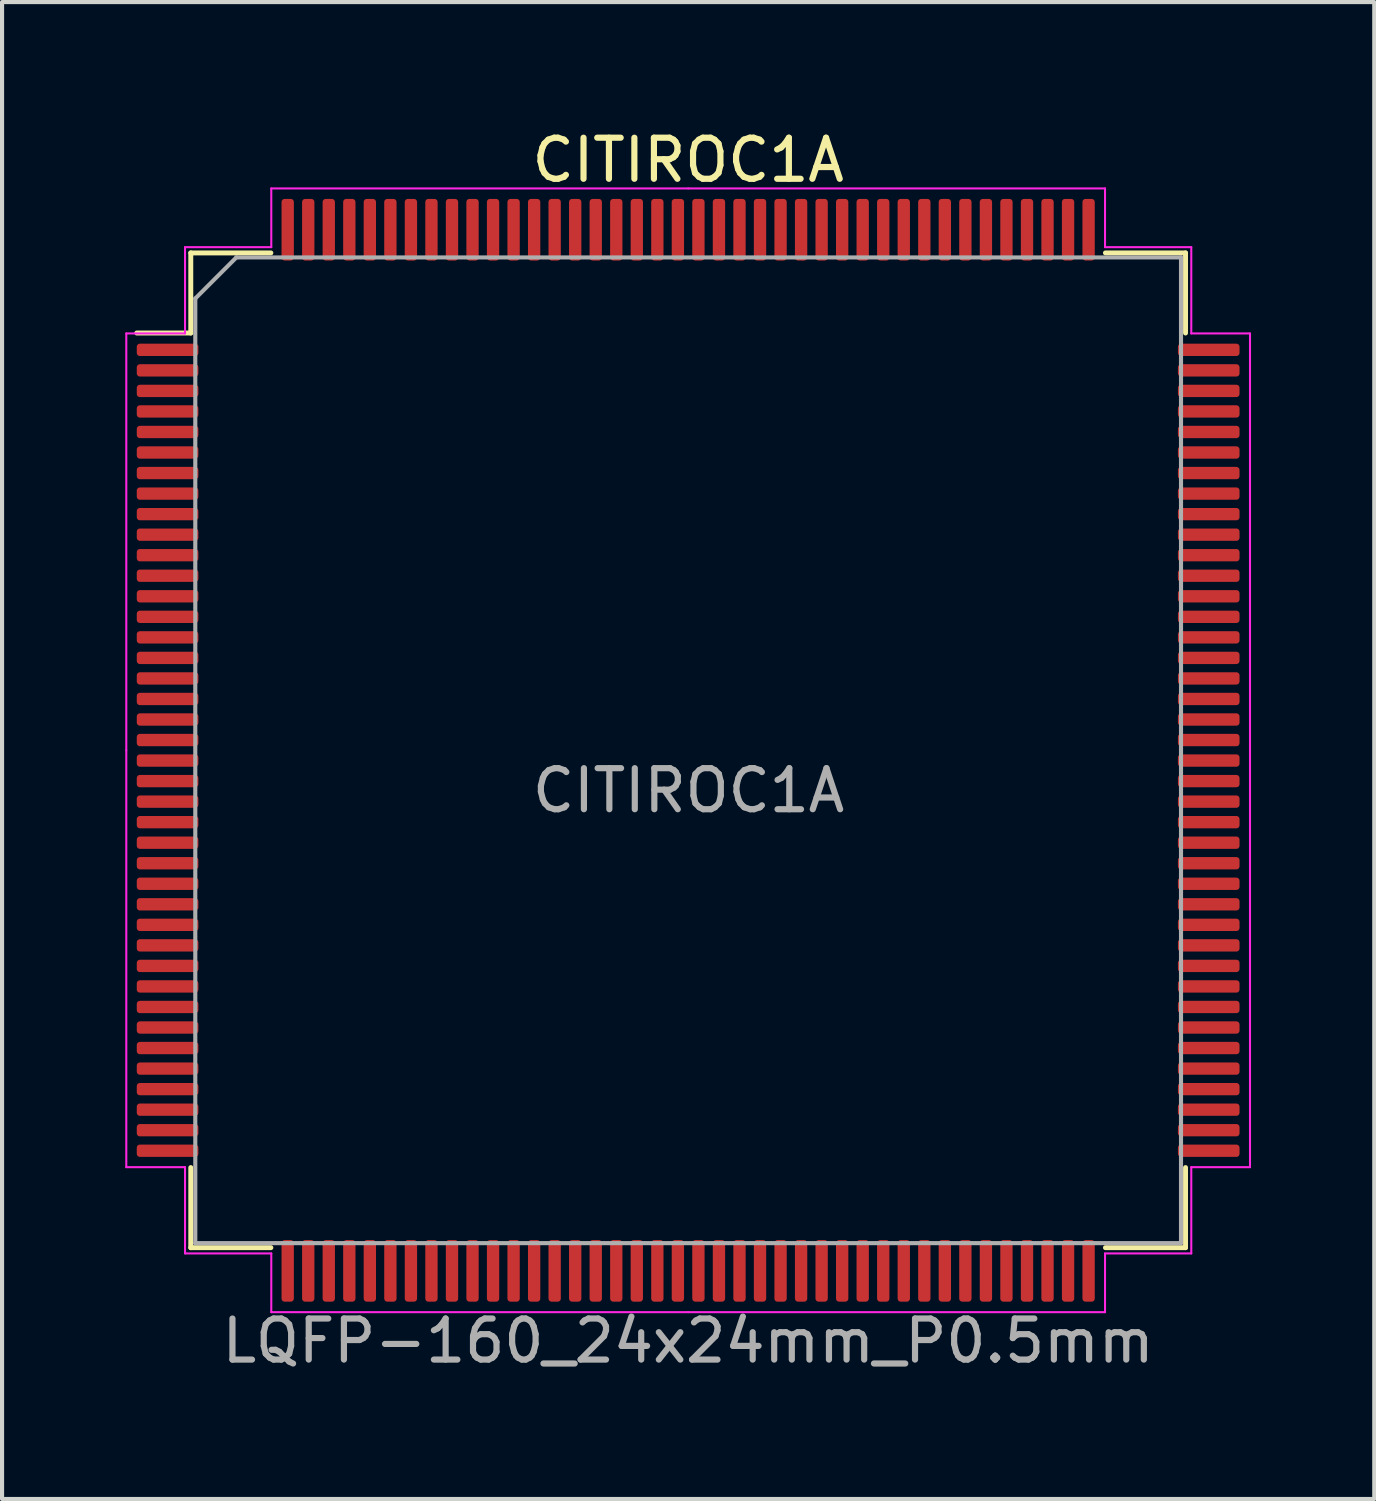
<source format=kicad_pcb>
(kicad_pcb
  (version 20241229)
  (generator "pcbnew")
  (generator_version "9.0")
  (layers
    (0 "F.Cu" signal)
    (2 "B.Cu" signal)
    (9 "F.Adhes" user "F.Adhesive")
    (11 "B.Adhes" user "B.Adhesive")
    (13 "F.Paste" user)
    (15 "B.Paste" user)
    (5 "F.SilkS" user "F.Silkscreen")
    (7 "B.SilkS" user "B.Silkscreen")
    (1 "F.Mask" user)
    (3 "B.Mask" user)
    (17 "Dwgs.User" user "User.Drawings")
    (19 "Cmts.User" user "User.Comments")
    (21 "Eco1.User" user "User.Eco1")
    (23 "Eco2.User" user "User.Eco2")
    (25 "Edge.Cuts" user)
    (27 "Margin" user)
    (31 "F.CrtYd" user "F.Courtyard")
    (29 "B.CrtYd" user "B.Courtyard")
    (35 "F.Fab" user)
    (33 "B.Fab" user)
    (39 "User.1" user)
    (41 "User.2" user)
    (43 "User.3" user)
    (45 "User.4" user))
  (footprint "CITIROC1A"
    (layer "F.Cu")
    (at 13.705 15.218)
    (property "Reference" "CITIROC1A" (at 0 -14.37 0) (layer "F.SilkS") (effects (font (size 1 1) (thickness 0.15))))
    (attr through_hole)
    (fp_line (start -12.11 -12.11) (end -12.11 -10.16) (stroke (width 0.12) (type solid)) (layer "F.SilkS"))
    (fp_line (start -12.11 -10.16) (end -13.425 -10.16) (stroke (width 0.12) (type solid)) (layer "F.SilkS"))
    (fp_line (start -12.11 12.11) (end -12.11 10.16) (stroke (width 0.12) (type solid)) (layer "F.SilkS"))
    (fp_line (start -10.16 -12.11) (end -12.11 -12.11) (stroke (width 0.12) (type solid)) (layer "F.SilkS"))
    (fp_line (start -10.16 12.11) (end -12.11 12.11) (stroke (width 0.12) (type solid)) (layer "F.SilkS"))
    (fp_line (start 10.16 -12.11) (end 12.11 -12.11) (stroke (width 0.12) (type solid)) (layer "F.SilkS"))
    (fp_line (start 10.16 12.11) (end 12.11 12.11) (stroke (width 0.12) (type solid)) (layer "F.SilkS"))
    (fp_line (start 12.11 -12.11) (end 12.11 -10.16) (stroke (width 0.12) (type solid)) (layer "F.SilkS"))
    (fp_line (start 12.11 12.11) (end 12.11 10.16) (stroke (width 0.12) (type solid)) (layer "F.SilkS"))
    (fp_line (start -13.68 -10.15) (end -13.68 0) (stroke (width 0.05) (type solid)) (layer "F.CrtYd"))
    (fp_line (start -13.68 10.15) (end -13.68 0) (stroke (width 0.05) (type solid)) (layer "F.CrtYd"))
    (fp_line (start -12.25 -12.25) (end -12.25 -10.15) (stroke (width 0.05) (type solid)) (layer "F.CrtYd"))
    (fp_line (start -12.25 -10.15) (end -13.68 -10.15) (stroke (width 0.05) (type solid)) (layer "F.CrtYd"))
    (fp_line (start -12.25 10.15) (end -13.68 10.15) (stroke (width 0.05) (type solid)) (layer "F.CrtYd"))
    (fp_line (start -12.25 12.25) (end -12.25 10.15) (stroke (width 0.05) (type solid)) (layer "F.CrtYd"))
    (fp_line (start -10.15 -13.68) (end -10.15 -12.25) (stroke (width 0.05) (type solid)) (layer "F.CrtYd"))
    (fp_line (start -10.15 -12.25) (end -12.25 -12.25) (stroke (width 0.05) (type solid)) (layer "F.CrtYd"))
    (fp_line (start -10.15 12.25) (end -12.25 12.25) (stroke (width 0.05) (type solid)) (layer "F.CrtYd"))
    (fp_line (start -10.15 13.68) (end -10.15 12.25) (stroke (width 0.05) (type solid)) (layer "F.CrtYd"))
    (fp_line (start 0 -13.68) (end -10.15 -13.68) (stroke (width 0.05) (type solid)) (layer "F.CrtYd"))
    (fp_line (start 0 -13.68) (end 10.15 -13.68) (stroke (width 0.05) (type solid)) (layer "F.CrtYd"))
    (fp_line (start 0 13.68) (end -10.15 13.68) (stroke (width 0.05) (type solid)) (layer "F.CrtYd"))
    (fp_line (start 0 13.68) (end 10.15 13.68) (stroke (width 0.05) (type solid)) (layer "F.CrtYd"))
    (fp_line (start 10.15 -13.68) (end 10.15 -12.25) (stroke (width 0.05) (type solid)) (layer "F.CrtYd"))
    (fp_line (start 10.15 -12.25) (end 12.25 -12.25) (stroke (width 0.05) (type solid)) (layer "F.CrtYd"))
    (fp_line (start 10.15 12.25) (end 12.25 12.25) (stroke (width 0.05) (type solid)) (layer "F.CrtYd"))
    (fp_line (start 10.15 13.68) (end 10.15 12.25) (stroke (width 0.05) (type solid)) (layer "F.CrtYd"))
    (fp_line (start 12.25 -12.25) (end 12.25 -10.15) (stroke (width 0.05) (type solid)) (layer "F.CrtYd"))
    (fp_line (start 12.25 -10.15) (end 13.68 -10.15) (stroke (width 0.05) (type solid)) (layer "F.CrtYd"))
    (fp_line (start 12.25 10.15) (end 13.68 10.15) (stroke (width 0.05) (type solid)) (layer "F.CrtYd"))
    (fp_line (start 12.25 12.25) (end 12.25 10.15) (stroke (width 0.05) (type solid)) (layer "F.CrtYd"))
    (fp_line (start 13.68 -10.15) (end 13.68 0) (stroke (width 0.05) (type solid)) (layer "F.CrtYd"))
    (fp_line (start 13.68 10.15) (end 13.68 0) (stroke (width 0.05) (type solid)) (layer "F.CrtYd"))
    (fp_line (start -12 -11) (end -11 -12) (stroke (width 0.1) (type solid)) (layer "F.Fab"))
    (fp_line (start -12 12) (end -12 -11) (stroke (width 0.1) (type solid)) (layer "F.Fab"))
    (fp_line (start -11 -12) (end 12 -12) (stroke (width 0.1) (type solid)) (layer "F.Fab"))
    (fp_line (start 12 -12) (end 12 12) (stroke (width 0.1) (type solid)) (layer "F.Fab"))
    (fp_line (start 12 12) (end -12 12) (stroke (width 0.1) (type solid)) (layer "F.Fab"))
    (fp_text user "${REFERENCE}" (at 0.01 0.98 0) (layer "F.Fab") (effects (font (size 1 1) (thickness 0.15))))
    (fp_text user "LQFP-160_24x24mm_P0.5mm" (at 0 14.38 0) (layer "F.Fab") (effects (font (size 1 1) (thickness 0.15))))
    (pad "1" smd roundrect (at -12.675 -9.75) (size 1.5 0.3) (layers "F.Cu" "F.Mask" "F.Paste") (roundrect_rratio 0.25))
    (pad "2" smd roundrect (at -12.675 -9.25) (size 1.5 0.3) (layers "F.Cu" "F.Mask" "F.Paste") (roundrect_rratio 0.25))
    (pad "3" smd roundrect (at -12.675 -8.75) (size 1.5 0.3) (layers "F.Cu" "F.Mask" "F.Paste") (roundrect_rratio 0.25))
    (pad "4" smd roundrect (at -12.675 -8.25) (size 1.5 0.3) (layers "F.Cu" "F.Mask" "F.Paste") (roundrect_rratio 0.25))
    (pad "5" smd roundrect (at -12.675 -7.75) (size 1.5 0.3) (layers "F.Cu" "F.Mask" "F.Paste") (roundrect_rratio 0.25))
    (pad "6" smd roundrect (at -12.675 -7.25) (size 1.5 0.3) (layers "F.Cu" "F.Mask" "F.Paste") (roundrect_rratio 0.25))
    (pad "7" smd roundrect (at -12.675 -6.75) (size 1.5 0.3) (layers "F.Cu" "F.Mask" "F.Paste") (roundrect_rratio 0.25))
    (pad "8" smd roundrect (at -12.675 -6.25) (size 1.5 0.3) (layers "F.Cu" "F.Mask" "F.Paste") (roundrect_rratio 0.25))
    (pad "9" smd roundrect (at -12.675 -5.75) (size 1.5 0.3) (layers "F.Cu" "F.Mask" "F.Paste") (roundrect_rratio 0.25))
    (pad "10" smd roundrect (at -12.675 -5.25) (size 1.5 0.3) (layers "F.Cu" "F.Mask" "F.Paste") (roundrect_rratio 0.25))
    (pad "11" smd roundrect (at -12.675 -4.75) (size 1.5 0.3) (layers "F.Cu" "F.Mask" "F.Paste") (roundrect_rratio 0.25))
    (pad "12" smd roundrect (at -12.675 -4.25) (size 1.5 0.3) (layers "F.Cu" "F.Mask" "F.Paste") (roundrect_rratio 0.25))
    (pad "13" smd roundrect (at -12.675 -3.75) (size 1.5 0.3) (layers "F.Cu" "F.Mask" "F.Paste") (roundrect_rratio 0.25))
    (pad "14" smd roundrect (at -12.675 -3.25) (size 1.5 0.3) (layers "F.Cu" "F.Mask" "F.Paste") (roundrect_rratio 0.25))
    (pad "15" smd roundrect (at -12.675 -2.75) (size 1.5 0.3) (layers "F.Cu" "F.Mask" "F.Paste") (roundrect_rratio 0.25))
    (pad "16" smd roundrect (at -12.675 -2.25) (size 1.5 0.3) (layers "F.Cu" "F.Mask" "F.Paste") (roundrect_rratio 0.25))
    (pad "17" smd roundrect (at -12.675 -1.75) (size 1.5 0.3) (layers "F.Cu" "F.Mask" "F.Paste") (roundrect_rratio 0.25))
    (pad "18" smd roundrect (at -12.675 -1.25) (size 1.5 0.3) (layers "F.Cu" "F.Mask" "F.Paste") (roundrect_rratio 0.25))
    (pad "19" smd roundrect (at -12.675 -0.75) (size 1.5 0.3) (layers "F.Cu" "F.Mask" "F.Paste") (roundrect_rratio 0.25))
    (pad "20" smd roundrect (at -12.675 -0.25) (size 1.5 0.3) (layers "F.Cu" "F.Mask" "F.Paste") (roundrect_rratio 0.25))
    (pad "21" smd roundrect (at -12.675 0.25) (size 1.5 0.3) (layers "F.Cu" "F.Mask" "F.Paste") (roundrect_rratio 0.25))
    (pad "22" smd roundrect (at -12.675 0.75) (size 1.5 0.3) (layers "F.Cu" "F.Mask" "F.Paste") (roundrect_rratio 0.25))
    (pad "23" smd roundrect (at -12.675 1.25) (size 1.5 0.3) (layers "F.Cu" "F.Mask" "F.Paste") (roundrect_rratio 0.25))
    (pad "24" smd roundrect (at -12.675 1.75) (size 1.5 0.3) (layers "F.Cu" "F.Mask" "F.Paste") (roundrect_rratio 0.25))
    (pad "25" smd roundrect (at -12.675 2.25) (size 1.5 0.3) (layers "F.Cu" "F.Mask" "F.Paste") (roundrect_rratio 0.25))
    (pad "26" smd roundrect (at -12.675 2.75) (size 1.5 0.3) (layers "F.Cu" "F.Mask" "F.Paste") (roundrect_rratio 0.25))
    (pad "27" smd roundrect (at -12.675 3.25) (size 1.5 0.3) (layers "F.Cu" "F.Mask" "F.Paste") (roundrect_rratio 0.25))
    (pad "28" smd roundrect (at -12.675 3.75) (size 1.5 0.3) (layers "F.Cu" "F.Mask" "F.Paste") (roundrect_rratio 0.25))
    (pad "29" smd roundrect (at -12.675 4.25) (size 1.5 0.3) (layers "F.Cu" "F.Mask" "F.Paste") (roundrect_rratio 0.25))
    (pad "30" smd roundrect (at -12.675 4.75) (size 1.5 0.3) (layers "F.Cu" "F.Mask" "F.Paste") (roundrect_rratio 0.25))
    (pad "31" smd roundrect (at -12.675 5.25) (size 1.5 0.3) (layers "F.Cu" "F.Mask" "F.Paste") (roundrect_rratio 0.25))
    (pad "32" smd roundrect (at -12.675 5.75) (size 1.5 0.3) (layers "F.Cu" "F.Mask" "F.Paste") (roundrect_rratio 0.25))
    (pad "33" smd roundrect (at -12.675 6.25) (size 1.5 0.3) (layers "F.Cu" "F.Mask" "F.Paste") (roundrect_rratio 0.25))
    (pad "34" smd roundrect (at -12.675 6.75) (size 1.5 0.3) (layers "F.Cu" "F.Mask" "F.Paste") (roundrect_rratio 0.25))
    (pad "35" smd roundrect (at -12.675 7.25) (size 1.5 0.3) (layers "F.Cu" "F.Mask" "F.Paste") (roundrect_rratio 0.25))
    (pad "36" smd roundrect (at -12.675 7.75) (size 1.5 0.3) (layers "F.Cu" "F.Mask" "F.Paste") (roundrect_rratio 0.25))
    (pad "37" smd roundrect (at -12.675 8.25) (size 1.5 0.3) (layers "F.Cu" "F.Mask" "F.Paste") (roundrect_rratio 0.25))
    (pad "38" smd roundrect (at -12.675 8.75) (size 1.5 0.3) (layers "F.Cu" "F.Mask" "F.Paste") (roundrect_rratio 0.25))
    (pad "39" smd roundrect (at -12.675 9.25) (size 1.5 0.3) (layers "F.Cu" "F.Mask" "F.Paste") (roundrect_rratio 0.25))
    (pad "40" smd roundrect (at -12.675 9.75) (size 1.5 0.3) (layers "F.Cu" "F.Mask" "F.Paste") (roundrect_rratio 0.25))
    (pad "41" smd roundrect (at -9.75 12.675) (size 0.3 1.5) (layers "F.Cu" "F.Mask" "F.Paste") (roundrect_rratio 0.25))
    (pad "42" smd roundrect (at -9.25 12.675) (size 0.3 1.5) (layers "F.Cu" "F.Mask" "F.Paste") (roundrect_rratio 0.25))
    (pad "43" smd roundrect (at -8.75 12.675) (size 0.3 1.5) (layers "F.Cu" "F.Mask" "F.Paste") (roundrect_rratio 0.25))
    (pad "44" smd roundrect (at -8.25 12.675) (size 0.3 1.5) (layers "F.Cu" "F.Mask" "F.Paste") (roundrect_rratio 0.25))
    (pad "45" smd roundrect (at -7.75 12.675) (size 0.3 1.5) (layers "F.Cu" "F.Mask" "F.Paste") (roundrect_rratio 0.25))
    (pad "46" smd roundrect (at -7.25 12.675) (size 0.3 1.5) (layers "F.Cu" "F.Mask" "F.Paste") (roundrect_rratio 0.25))
    (pad "47" smd roundrect (at -6.75 12.675) (size 0.3 1.5) (layers "F.Cu" "F.Mask" "F.Paste") (roundrect_rratio 0.25))
    (pad "48" smd roundrect (at -6.25 12.675) (size 0.3 1.5) (layers "F.Cu" "F.Mask" "F.Paste") (roundrect_rratio 0.25))
    (pad "49" smd roundrect (at -5.75 12.675) (size 0.3 1.5) (layers "F.Cu" "F.Mask" "F.Paste") (roundrect_rratio 0.25))
    (pad "50" smd roundrect (at -5.25 12.675) (size 0.3 1.5) (layers "F.Cu" "F.Mask" "F.Paste") (roundrect_rratio 0.25))
    (pad "51" smd roundrect (at -4.75 12.675) (size 0.3 1.5) (layers "F.Cu" "F.Mask" "F.Paste") (roundrect_rratio 0.25))
    (pad "52" smd roundrect (at -4.25 12.675) (size 0.3 1.5) (layers "F.Cu" "F.Mask" "F.Paste") (roundrect_rratio 0.25))
    (pad "53" smd roundrect (at -3.75 12.675) (size 0.3 1.5) (layers "F.Cu" "F.Mask" "F.Paste") (roundrect_rratio 0.25))
    (pad "54" smd roundrect (at -3.25 12.675) (size 0.3 1.5) (layers "F.Cu" "F.Mask" "F.Paste") (roundrect_rratio 0.25))
    (pad "55" smd roundrect (at -2.75 12.675) (size 0.3 1.5) (layers "F.Cu" "F.Mask" "F.Paste") (roundrect_rratio 0.25))
    (pad "56" smd roundrect (at -2.25 12.675) (size 0.3 1.5) (layers "F.Cu" "F.Mask" "F.Paste") (roundrect_rratio 0.25))
    (pad "57" smd roundrect (at -1.75 12.675) (size 0.3 1.5) (layers "F.Cu" "F.Mask" "F.Paste") (roundrect_rratio 0.25))
    (pad "58" smd roundrect (at -1.25 12.675) (size 0.3 1.5) (layers "F.Cu" "F.Mask" "F.Paste") (roundrect_rratio 0.25))
    (pad "59" smd roundrect (at -0.75 12.675) (size 0.3 1.5) (layers "F.Cu" "F.Mask" "F.Paste") (roundrect_rratio 0.25))
    (pad "60" smd roundrect (at -0.25 12.675) (size 0.3 1.5) (layers "F.Cu" "F.Mask" "F.Paste") (roundrect_rratio 0.25))
    (pad "61" smd roundrect (at 0.25 12.675) (size 0.3 1.5) (layers "F.Cu" "F.Mask" "F.Paste") (roundrect_rratio 0.25))
    (pad "62" smd roundrect (at 0.75 12.675) (size 0.3 1.5) (layers "F.Cu" "F.Mask" "F.Paste") (roundrect_rratio 0.25))
    (pad "63" smd roundrect (at 1.25 12.675) (size 0.3 1.5) (layers "F.Cu" "F.Mask" "F.Paste") (roundrect_rratio 0.25))
    (pad "64" smd roundrect (at 1.75 12.675) (size 0.3 1.5) (layers "F.Cu" "F.Mask" "F.Paste") (roundrect_rratio 0.25))
    (pad "65" smd roundrect (at 2.25 12.675) (size 0.3 1.5) (layers "F.Cu" "F.Mask" "F.Paste") (roundrect_rratio 0.25))
    (pad "66" smd roundrect (at 2.75 12.675) (size 0.3 1.5) (layers "F.Cu" "F.Mask" "F.Paste") (roundrect_rratio 0.25))
    (pad "67" smd roundrect (at 3.25 12.675) (size 0.3 1.5) (layers "F.Cu" "F.Mask" "F.Paste") (roundrect_rratio 0.25))
    (pad "68" smd roundrect (at 3.75 12.675) (size 0.3 1.5) (layers "F.Cu" "F.Mask" "F.Paste") (roundrect_rratio 0.25))
    (pad "69" smd roundrect (at 4.25 12.675) (size 0.3 1.5) (layers "F.Cu" "F.Mask" "F.Paste") (roundrect_rratio 0.25))
    (pad "70" smd roundrect (at 4.75 12.675) (size 0.3 1.5) (layers "F.Cu" "F.Mask" "F.Paste") (roundrect_rratio 0.25))
    (pad "71" smd roundrect (at 5.25 12.675) (size 0.3 1.5) (layers "F.Cu" "F.Mask" "F.Paste") (roundrect_rratio 0.25))
    (pad "72" smd roundrect (at 5.75 12.675) (size 0.3 1.5) (layers "F.Cu" "F.Mask" "F.Paste") (roundrect_rratio 0.25))
    (pad "73" smd roundrect (at 6.25 12.675) (size 0.3 1.5) (layers "F.Cu" "F.Mask" "F.Paste") (roundrect_rratio 0.25))
    (pad "74" smd roundrect (at 6.75 12.675) (size 0.3 1.5) (layers "F.Cu" "F.Mask" "F.Paste") (roundrect_rratio 0.25))
    (pad "75" smd roundrect (at 7.25 12.675) (size 0.3 1.5) (layers "F.Cu" "F.Mask" "F.Paste") (roundrect_rratio 0.25))
    (pad "76" smd roundrect (at 7.75 12.675) (size 0.3 1.5) (layers "F.Cu" "F.Mask" "F.Paste") (roundrect_rratio 0.25))
    (pad "77" smd roundrect (at 8.25 12.675) (size 0.3 1.5) (layers "F.Cu" "F.Mask" "F.Paste") (roundrect_rratio 0.25))
    (pad "78" smd roundrect (at 8.75 12.675) (size 0.3 1.5) (layers "F.Cu" "F.Mask" "F.Paste") (roundrect_rratio 0.25))
    (pad "79" smd roundrect (at 9.25 12.675) (size 0.3 1.5) (layers "F.Cu" "F.Mask" "F.Paste") (roundrect_rratio 0.25))
    (pad "80" smd roundrect (at 9.75 12.675) (size 0.3 1.5) (layers "F.Cu" "F.Mask" "F.Paste") (roundrect_rratio 0.25))
    (pad "81" smd roundrect (at 12.675 9.75) (size 1.5 0.3) (layers "F.Cu" "F.Mask" "F.Paste") (roundrect_rratio 0.25))
    (pad "82" smd roundrect (at 12.675 9.25) (size 1.5 0.3) (layers "F.Cu" "F.Mask" "F.Paste") (roundrect_rratio 0.25))
    (pad "83" smd roundrect (at 12.675 8.75) (size 1.5 0.3) (layers "F.Cu" "F.Mask" "F.Paste") (roundrect_rratio 0.25))
    (pad "84" smd roundrect (at 12.675 8.25) (size 1.5 0.3) (layers "F.Cu" "F.Mask" "F.Paste") (roundrect_rratio 0.25))
    (pad "85" smd roundrect (at 12.675 7.75) (size 1.5 0.3) (layers "F.Cu" "F.Mask" "F.Paste") (roundrect_rratio 0.25))
    (pad "86" smd roundrect (at 12.675 7.25) (size 1.5 0.3) (layers "F.Cu" "F.Mask" "F.Paste") (roundrect_rratio 0.25))
    (pad "87" smd roundrect (at 12.675 6.75) (size 1.5 0.3) (layers "F.Cu" "F.Mask" "F.Paste") (roundrect_rratio 0.25))
    (pad "88" smd roundrect (at 12.675 6.25) (size 1.5 0.3) (layers "F.Cu" "F.Mask" "F.Paste") (roundrect_rratio 0.25))
    (pad "89" smd roundrect (at 12.675 5.75) (size 1.5 0.3) (layers "F.Cu" "F.Mask" "F.Paste") (roundrect_rratio 0.25))
    (pad "90" smd roundrect (at 12.675 5.25) (size 1.5 0.3) (layers "F.Cu" "F.Mask" "F.Paste") (roundrect_rratio 0.25))
    (pad "91" smd roundrect (at 12.675 4.75) (size 1.5 0.3) (layers "F.Cu" "F.Mask" "F.Paste") (roundrect_rratio 0.25))
    (pad "92" smd roundrect (at 12.675 4.25) (size 1.5 0.3) (layers "F.Cu" "F.Mask" "F.Paste") (roundrect_rratio 0.25))
    (pad "93" smd roundrect (at 12.675 3.75) (size 1.5 0.3) (layers "F.Cu" "F.Mask" "F.Paste") (roundrect_rratio 0.25))
    (pad "94" smd roundrect (at 12.675 3.25) (size 1.5 0.3) (layers "F.Cu" "F.Mask" "F.Paste") (roundrect_rratio 0.25))
    (pad "95" smd roundrect (at 12.675 2.75) (size 1.5 0.3) (layers "F.Cu" "F.Mask" "F.Paste") (roundrect_rratio 0.25))
    (pad "96" smd roundrect (at 12.675 2.25) (size 1.5 0.3) (layers "F.Cu" "F.Mask" "F.Paste") (roundrect_rratio 0.25))
    (pad "97" smd roundrect (at 12.675 1.75) (size 1.5 0.3) (layers "F.Cu" "F.Mask" "F.Paste") (roundrect_rratio 0.25))
    (pad "98" smd roundrect (at 12.675 1.25) (size 1.5 0.3) (layers "F.Cu" "F.Mask" "F.Paste") (roundrect_rratio 0.25))
    (pad "99" smd roundrect (at 12.675 0.75) (size 1.5 0.3) (layers "F.Cu" "F.Mask" "F.Paste") (roundrect_rratio 0.25))
    (pad "100" smd roundrect (at 12.675 0.25) (size 1.5 0.3) (layers "F.Cu" "F.Mask" "F.Paste") (roundrect_rratio 0.25))
    (pad "101" smd roundrect (at 12.675 -0.25) (size 1.5 0.3) (layers "F.Cu" "F.Mask" "F.Paste") (roundrect_rratio 0.25))
    (pad "102" smd roundrect (at 12.675 -0.75) (size 1.5 0.3) (layers "F.Cu" "F.Mask" "F.Paste") (roundrect_rratio 0.25))
    (pad "103" smd roundrect (at 12.675 -1.25) (size 1.5 0.3) (layers "F.Cu" "F.Mask" "F.Paste") (roundrect_rratio 0.25))
    (pad "104" smd roundrect (at 12.675 -1.75) (size 1.5 0.3) (layers "F.Cu" "F.Mask" "F.Paste") (roundrect_rratio 0.25))
    (pad "105" smd roundrect (at 12.675 -2.25) (size 1.5 0.3) (layers "F.Cu" "F.Mask" "F.Paste") (roundrect_rratio 0.25))
    (pad "106" smd roundrect (at 12.675 -2.75) (size 1.5 0.3) (layers "F.Cu" "F.Mask" "F.Paste") (roundrect_rratio 0.25))
    (pad "107" smd roundrect (at 12.675 -3.25) (size 1.5 0.3) (layers "F.Cu" "F.Mask" "F.Paste") (roundrect_rratio 0.25))
    (pad "108" smd roundrect (at 12.675 -3.75) (size 1.5 0.3) (layers "F.Cu" "F.Mask" "F.Paste") (roundrect_rratio 0.25))
    (pad "109" smd roundrect (at 12.675 -4.25) (size 1.5 0.3) (layers "F.Cu" "F.Mask" "F.Paste") (roundrect_rratio 0.25))
    (pad "110" smd roundrect (at 12.675 -4.75) (size 1.5 0.3) (layers "F.Cu" "F.Mask" "F.Paste") (roundrect_rratio 0.25))
    (pad "111" smd roundrect (at 12.675 -5.25) (size 1.5 0.3) (layers "F.Cu" "F.Mask" "F.Paste") (roundrect_rratio 0.25))
    (pad "112" smd roundrect (at 12.675 -5.75) (size 1.5 0.3) (layers "F.Cu" "F.Mask" "F.Paste") (roundrect_rratio 0.25))
    (pad "113" smd roundrect (at 12.675 -6.25) (size 1.5 0.3) (layers "F.Cu" "F.Mask" "F.Paste") (roundrect_rratio 0.25))
    (pad "114" smd roundrect (at 12.675 -6.75) (size 1.5 0.3) (layers "F.Cu" "F.Mask" "F.Paste") (roundrect_rratio 0.25))
    (pad "115" smd roundrect (at 12.675 -7.25) (size 1.5 0.3) (layers "F.Cu" "F.Mask" "F.Paste") (roundrect_rratio 0.25))
    (pad "116" smd roundrect (at 12.675 -7.75) (size 1.5 0.3) (layers "F.Cu" "F.Mask" "F.Paste") (roundrect_rratio 0.25))
    (pad "117" smd roundrect (at 12.675 -8.25) (size 1.5 0.3) (layers "F.Cu" "F.Mask" "F.Paste") (roundrect_rratio 0.25))
    (pad "118" smd roundrect (at 12.675 -8.75) (size 1.5 0.3) (layers "F.Cu" "F.Mask" "F.Paste") (roundrect_rratio 0.25))
    (pad "119" smd roundrect (at 12.675 -9.25) (size 1.5 0.3) (layers "F.Cu" "F.Mask" "F.Paste") (roundrect_rratio 0.25))
    (pad "120" smd roundrect (at 12.675 -9.75) (size 1.5 0.3) (layers "F.Cu" "F.Mask" "F.Paste") (roundrect_rratio 0.25))
    (pad "121" smd roundrect (at 9.75 -12.675) (size 0.3 1.5) (layers "F.Cu" "F.Mask" "F.Paste") (roundrect_rratio 0.25))
    (pad "122" smd roundrect (at 9.25 -12.675) (size 0.3 1.5) (layers "F.Cu" "F.Mask" "F.Paste") (roundrect_rratio 0.25))
    (pad "123" smd roundrect (at 8.75 -12.675) (size 0.3 1.5) (layers "F.Cu" "F.Mask" "F.Paste") (roundrect_rratio 0.25))
    (pad "124" smd roundrect (at 8.25 -12.675) (size 0.3 1.5) (layers "F.Cu" "F.Mask" "F.Paste") (roundrect_rratio 0.25))
    (pad "125" smd roundrect (at 7.75 -12.675) (size 0.3 1.5) (layers "F.Cu" "F.Mask" "F.Paste") (roundrect_rratio 0.25))
    (pad "126" smd roundrect (at 7.25 -12.675) (size 0.3 1.5) (layers "F.Cu" "F.Mask" "F.Paste") (roundrect_rratio 0.25))
    (pad "127" smd roundrect (at 6.75 -12.675) (size 0.3 1.5) (layers "F.Cu" "F.Mask" "F.Paste") (roundrect_rratio 0.25))
    (pad "128" smd roundrect (at 6.25 -12.675) (size 0.3 1.5) (layers "F.Cu" "F.Mask" "F.Paste") (roundrect_rratio 0.25))
    (pad "129" smd roundrect (at 5.75 -12.675) (size 0.3 1.5) (layers "F.Cu" "F.Mask" "F.Paste") (roundrect_rratio 0.25))
    (pad "130" smd roundrect (at 5.25 -12.675) (size 0.3 1.5) (layers "F.Cu" "F.Mask" "F.Paste") (roundrect_rratio 0.25))
    (pad "131" smd roundrect (at 4.75 -12.675) (size 0.3 1.5) (layers "F.Cu" "F.Mask" "F.Paste") (roundrect_rratio 0.25))
    (pad "132" smd roundrect (at 4.25 -12.675) (size 0.3 1.5) (layers "F.Cu" "F.Mask" "F.Paste") (roundrect_rratio 0.25))
    (pad "133" smd roundrect (at 3.75 -12.675) (size 0.3 1.5) (layers "F.Cu" "F.Mask" "F.Paste") (roundrect_rratio 0.25))
    (pad "134" smd roundrect (at 3.25 -12.675) (size 0.3 1.5) (layers "F.Cu" "F.Mask" "F.Paste") (roundrect_rratio 0.25))
    (pad "135" smd roundrect (at 2.75 -12.675) (size 0.3 1.5) (layers "F.Cu" "F.Mask" "F.Paste") (roundrect_rratio 0.25))
    (pad "136" smd roundrect (at 2.25 -12.675) (size 0.3 1.5) (layers "F.Cu" "F.Mask" "F.Paste") (roundrect_rratio 0.25))
    (pad "137" smd roundrect (at 1.75 -12.675) (size 0.3 1.5) (layers "F.Cu" "F.Mask" "F.Paste") (roundrect_rratio 0.25))
    (pad "138" smd roundrect (at 1.25 -12.675) (size 0.3 1.5) (layers "F.Cu" "F.Mask" "F.Paste") (roundrect_rratio 0.25))
    (pad "139" smd roundrect (at 0.75 -12.675) (size 0.3 1.5) (layers "F.Cu" "F.Mask" "F.Paste") (roundrect_rratio 0.25))
    (pad "140" smd roundrect (at 0.25 -12.675) (size 0.3 1.5) (layers "F.Cu" "F.Mask" "F.Paste") (roundrect_rratio 0.25))
    (pad "141" smd roundrect (at -0.25 -12.675) (size 0.3 1.5) (layers "F.Cu" "F.Mask" "F.Paste") (roundrect_rratio 0.25))
    (pad "142" smd roundrect (at -0.75 -12.675) (size 0.3 1.5) (layers "F.Cu" "F.Mask" "F.Paste") (roundrect_rratio 0.25))
    (pad "143" smd roundrect (at -1.25 -12.675) (size 0.3 1.5) (layers "F.Cu" "F.Mask" "F.Paste") (roundrect_rratio 0.25))
    (pad "144" smd roundrect (at -1.75 -12.675) (size 0.3 1.5) (layers "F.Cu" "F.Mask" "F.Paste") (roundrect_rratio 0.25))
    (pad "145" smd roundrect (at -2.25 -12.675) (size 0.3 1.5) (layers "F.Cu" "F.Mask" "F.Paste") (roundrect_rratio 0.25))
    (pad "146" smd roundrect (at -2.75 -12.675) (size 0.3 1.5) (layers "F.Cu" "F.Mask" "F.Paste") (roundrect_rratio 0.25))
    (pad "147" smd roundrect (at -3.25 -12.675) (size 0.3 1.5) (layers "F.Cu" "F.Mask" "F.Paste") (roundrect_rratio 0.25))
    (pad "148" smd roundrect (at -3.75 -12.675) (size 0.3 1.5) (layers "F.Cu" "F.Mask" "F.Paste") (roundrect_rratio 0.25))
    (pad "149" smd roundrect (at -4.25 -12.675) (size 0.3 1.5) (layers "F.Cu" "F.Mask" "F.Paste") (roundrect_rratio 0.25))
    (pad "150" smd roundrect (at -4.75 -12.675) (size 0.3 1.5) (layers "F.Cu" "F.Mask" "F.Paste") (roundrect_rratio 0.25))
    (pad "151" smd roundrect (at -5.25 -12.675) (size 0.3 1.5) (layers "F.Cu" "F.Mask" "F.Paste") (roundrect_rratio 0.25))
    (pad "152" smd roundrect (at -5.75 -12.675) (size 0.3 1.5) (layers "F.Cu" "F.Mask" "F.Paste") (roundrect_rratio 0.25))
    (pad "153" smd roundrect (at -6.25 -12.675) (size 0.3 1.5) (layers "F.Cu" "F.Mask" "F.Paste") (roundrect_rratio 0.25))
    (pad "154" smd roundrect (at -6.75 -12.675) (size 0.3 1.5) (layers "F.Cu" "F.Mask" "F.Paste") (roundrect_rratio 0.25))
    (pad "155" smd roundrect (at -7.25 -12.675) (size 0.3 1.5) (layers "F.Cu" "F.Mask" "F.Paste") (roundrect_rratio 0.25))
    (pad "156" smd roundrect (at -7.75 -12.675) (size 0.3 1.5) (layers "F.Cu" "F.Mask" "F.Paste") (roundrect_rratio 0.25))
    (pad "157" smd roundrect (at -8.25 -12.675) (size 0.3 1.5) (layers "F.Cu" "F.Mask" "F.Paste") (roundrect_rratio 0.25))
    (pad "158" smd roundrect (at -8.75 -12.675) (size 0.3 1.5) (layers "F.Cu" "F.Mask" "F.Paste") (roundrect_rratio 0.25))
    (pad "159" smd roundrect (at -9.25 -12.675) (size 0.3 1.5) (layers "F.Cu" "F.Mask" "F.Paste") (roundrect_rratio 0.25))
    (pad "160" smd roundrect (at -9.75 -12.675) (size 0.3 1.5) (layers "F.Cu" "F.Mask" "F.Paste") (roundrect_rratio 0.25)))
  (gr_rect
    (start -3 -3)
    (end 30.41 33.447)
    (stroke (width 0.1) (type default))
    (fill no)
    (layer "Edge.Cuts")))
</source>
